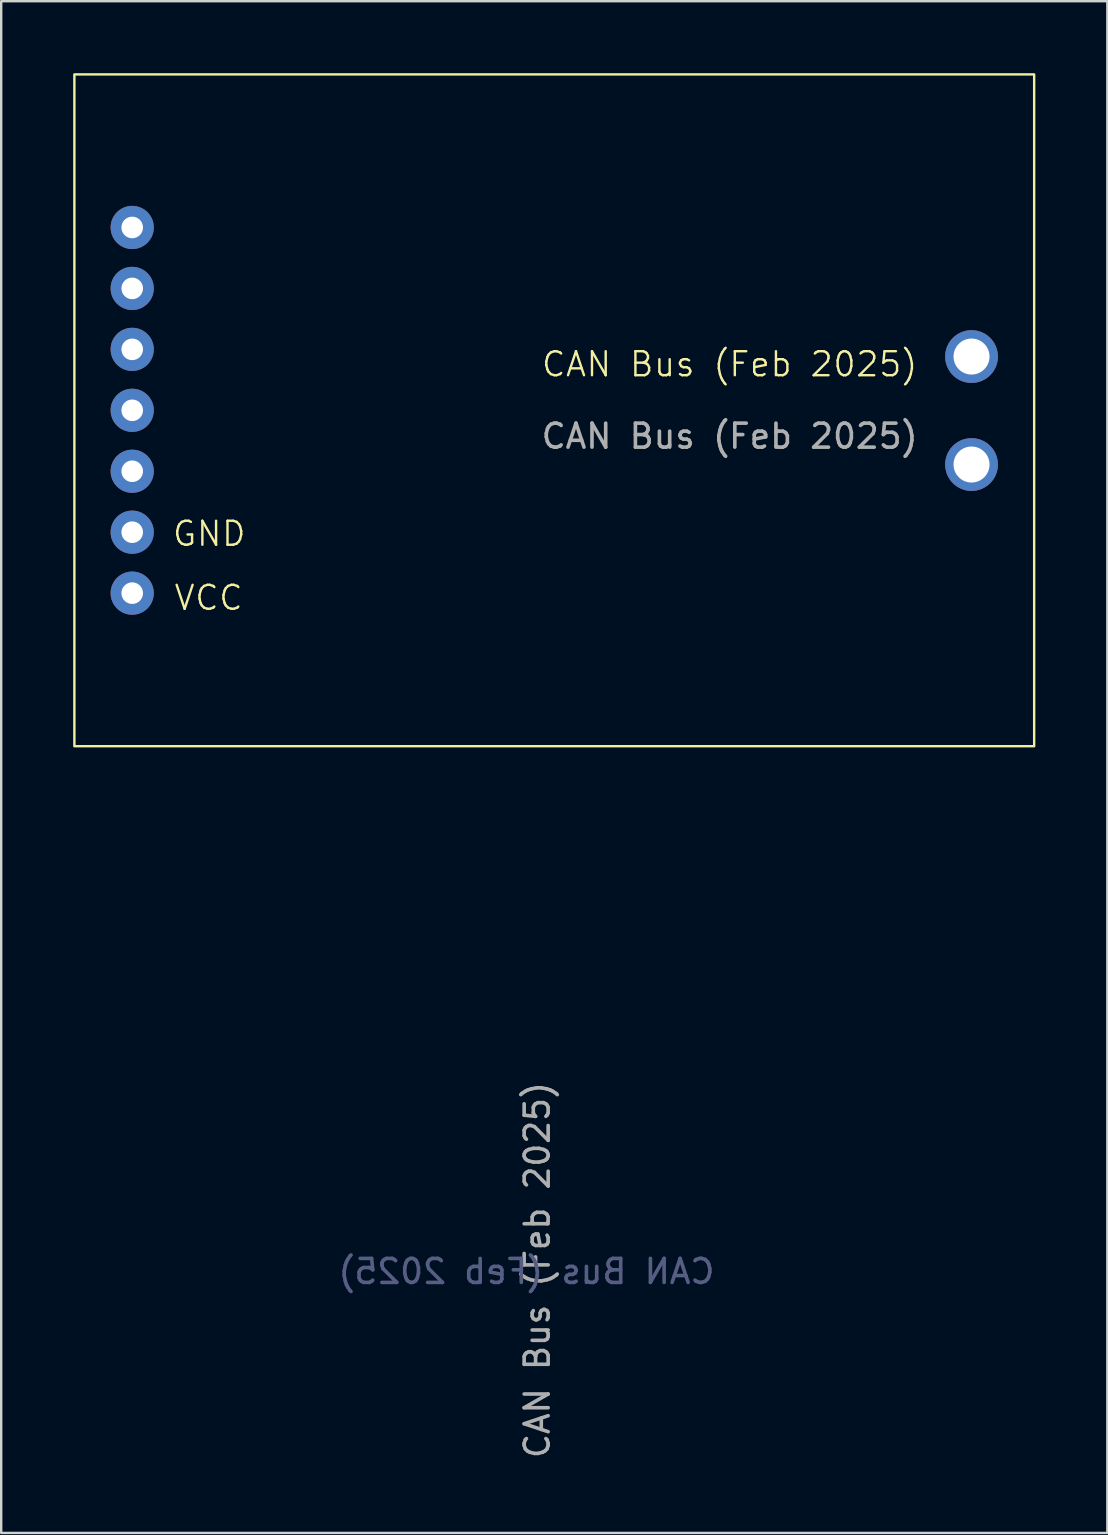
<source format=kicad_pcb>
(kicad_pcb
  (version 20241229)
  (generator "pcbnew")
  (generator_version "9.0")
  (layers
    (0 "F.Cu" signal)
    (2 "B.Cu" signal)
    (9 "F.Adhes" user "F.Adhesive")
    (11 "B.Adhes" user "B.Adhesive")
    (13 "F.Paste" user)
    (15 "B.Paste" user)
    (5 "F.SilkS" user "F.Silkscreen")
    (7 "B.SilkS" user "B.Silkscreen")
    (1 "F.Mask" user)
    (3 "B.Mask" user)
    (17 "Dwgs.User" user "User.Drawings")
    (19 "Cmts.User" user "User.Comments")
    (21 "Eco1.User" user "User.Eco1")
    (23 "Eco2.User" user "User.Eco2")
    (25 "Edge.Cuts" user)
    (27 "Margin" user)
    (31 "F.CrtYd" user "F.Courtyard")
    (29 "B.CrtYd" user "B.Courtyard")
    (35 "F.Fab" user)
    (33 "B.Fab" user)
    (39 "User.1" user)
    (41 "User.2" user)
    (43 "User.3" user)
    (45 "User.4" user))
  (footprint "CAN Bus (Feb 2025)"
    (layer "F.Cu")
    (at 19.98 11.66)
    (property "Reference" "CAN Bus (Feb 2025)" (at 7.38 0.47 0) (unlocked yes) (layer "F.SilkS") (effects (font (size 1 1) (thickness 0.1))))
    (attr through_hole)
    (fp_rect (start -19.93 -11.61) (end 20.07 16.39) (stroke (width 0.1) (type default)) (fill no) (layer "F.SilkS"))
    (fp_text user "GND" (at -15.9 8.12 0) (unlocked yes) (layer "F.SilkS") (effects (font (size 1 1) (thickness 0.1)) (justify left bottom)))
    (fp_text user "VCC" (at -15.83 10.79 0) (unlocked yes) (layer "F.SilkS") (effects (font (size 1 1) (thickness 0.1)) (justify left bottom)))
    (fp_text user "${REFERENCE}" (at -1.09 38.28 0) (unlocked yes) (layer "B.Fab") (effects (font (size 1 1) (thickness 0.15)) (justify mirror)))
    (fp_text user "${REFERENCE}" (at 7.38 3.47 0) (unlocked yes) (layer "F.Fab") (effects (font (size 1 1) (thickness 0.15))))
    (fp_text user "${REFERENCE}" (at -0.64 38.22 90) (unlocked yes) (layer "F.Fab") (effects (font (size 1 1) (thickness 0.15))))
    (pad "1" thru_hole circle (at -17.52 -5.23) (size 1.8 1.8) (drill 0.9) (layers "*.Cu" "*.Mask"))
    (pad "2" thru_hole circle (at -17.52 -2.69) (size 1.8 1.8) (drill 0.9) (layers "*.Cu" "*.Mask"))
    (pad "3" thru_hole circle (at -17.52 -0.15) (size 1.8 1.8) (drill 0.9) (layers "*.Cu" "*.Mask"))
    (pad "4" thru_hole circle (at -17.52 2.39) (size 1.8 1.8) (drill 0.9) (layers "*.Cu" "*.Mask"))
    (pad "5" thru_hole circle (at -17.52 4.93) (size 1.8 1.8) (drill 0.9) (layers "*.Cu" "*.Mask"))
    (pad "6" thru_hole circle (at -17.52 7.47) (size 1.8 1.8) (drill 0.9) (layers "*.Cu" "*.Mask"))
    (pad "7" thru_hole circle (at -17.52 10.01) (size 1.8 1.8) (drill 0.9) (layers "*.Cu" "*.Mask"))
    (pad "8" thru_hole circle (at 17.46 0.15) (size 2.2 2.2) (drill 1.5) (layers "*.Cu" "*.Mask"))
    (pad "9" thru_hole circle (at 17.46 4.65) (size 2.2 2.2) (drill 1.5) (layers "*.Cu" "*.Mask")))
  (gr_rect
    (start -3 -3)
    (end 43.1 60.838)
    (stroke (width 0.1) (type default))
    (fill no)
    (layer "Edge.Cuts")))
</source>
